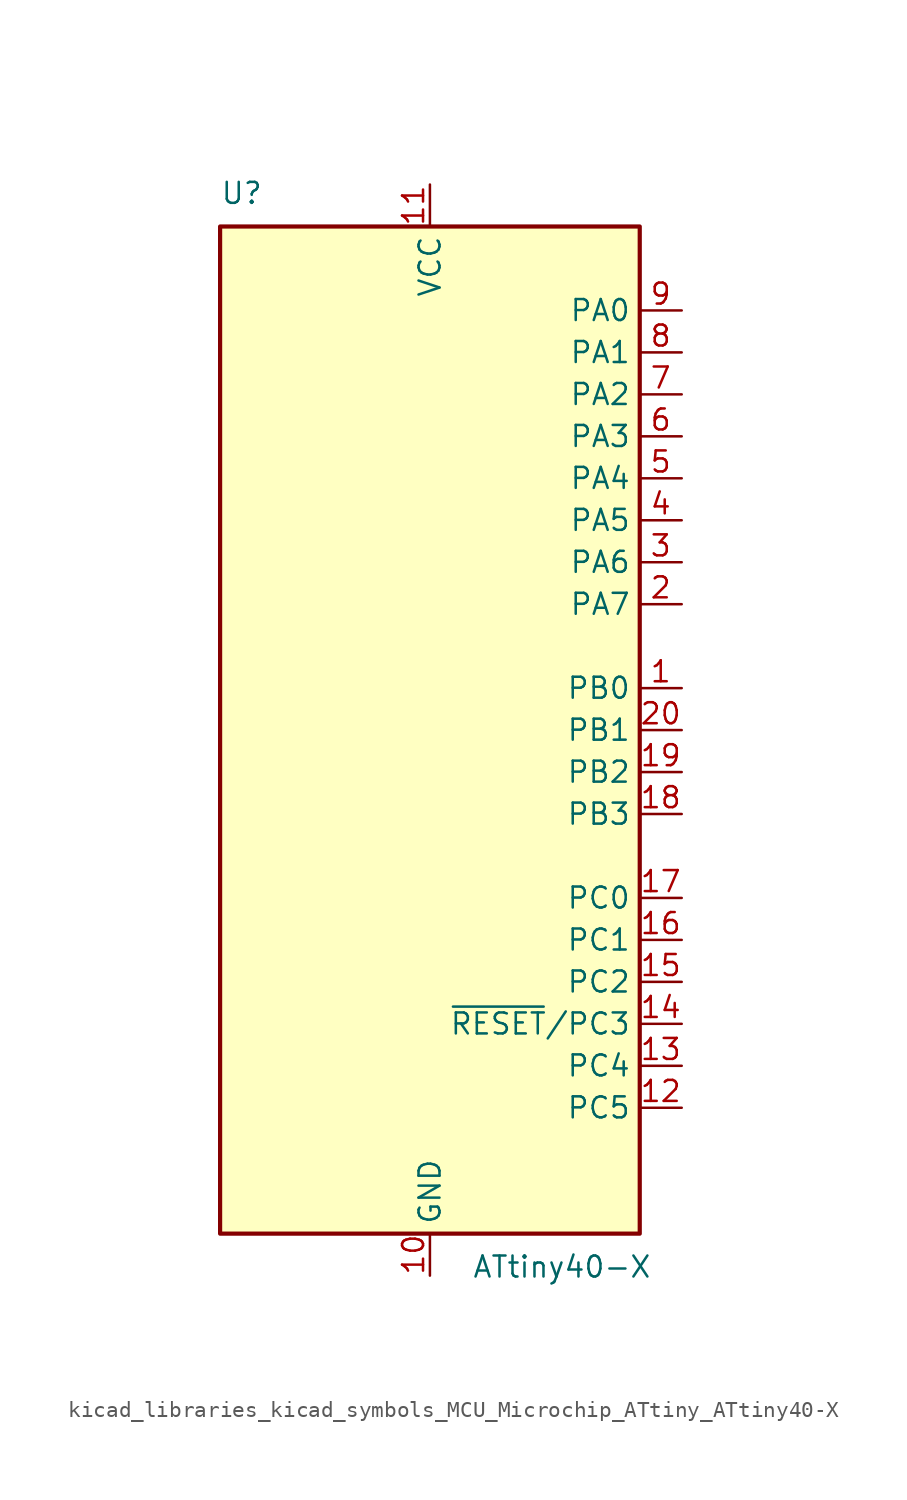
<source format=kicad_sym>
(kicad_symbol_lib
  (version 20220914)
  (generator kicad_symbol_editor)
  (symbol "kicad_libraries_kicad_symbols_MCU_Microchip_ATtiny_ATtiny40-X"
    (property "Reference" "U"
      (at -12.7 31.75 0)
      (effects (font (size 1.27 1.27)) (justify left bottom)))
    (property "Value" "ATtiny40-X"
      (at 2.54 -31.75 0)
      (effects (font (size 1.27 1.27)) (justify left top)))
    (symbol "kicad_libraries_kicad_symbols_MCU_Microchip_ATtiny_ATtiny40-X_0_1"
      (rectangle (start -12.7 -30.48) (end 12.7 30.48) (stroke (width 0.254) (type default)) (fill (type background))))
    (symbol "kicad_libraries_kicad_symbols_MCU_Microchip_ATtiny_ATtiny40-X_1_1"
      (pin bidirectional line (at 15.24 2.54 180) (length 2.54) (name "PB0" (effects (font (size 1.27 1.27)))) (number "1" (effects (font (size 1.27 1.27)))))
      (pin power_in line (at 0 -33.02 90) (length 2.54) (name "GND" (effects (font (size 1.27 1.27)))) (number "10" (effects (font (size 1.27 1.27)))))
      (pin power_in line (at 0 33.02 270) (length 2.54) (name "VCC" (effects (font (size 1.27 1.27)))) (number "11" (effects (font (size 1.27 1.27)))))
      (pin bidirectional line (at 15.24 -22.86 180) (length 2.54) (name "PC5" (effects (font (size 1.27 1.27)))) (number "12" (effects (font (size 1.27 1.27)))))
      (pin bidirectional line (at 15.24 -20.32 180) (length 2.54) (name "PC4" (effects (font (size 1.27 1.27)))) (number "13" (effects (font (size 1.27 1.27)))))
      (pin bidirectional line (at 15.24 -17.78 180) (length 2.54) (name "~{RESET}/PC3" (effects (font (size 1.27 1.27)))) (number "14" (effects (font (size 1.27 1.27)))))
      (pin bidirectional line (at 15.24 -15.24 180) (length 2.54) (name "PC2" (effects (font (size 1.27 1.27)))) (number "15" (effects (font (size 1.27 1.27)))))
      (pin bidirectional line (at 15.24 -12.7 180) (length 2.54) (name "PC1" (effects (font (size 1.27 1.27)))) (number "16" (effects (font (size 1.27 1.27)))))
      (pin bidirectional line (at 15.24 -10.16 180) (length 2.54) (name "PC0" (effects (font (size 1.27 1.27)))) (number "17" (effects (font (size 1.27 1.27)))))
      (pin bidirectional line (at 15.24 -5.08 180) (length 2.54) (name "PB3" (effects (font (size 1.27 1.27)))) (number "18" (effects (font (size 1.27 1.27)))))
      (pin bidirectional line (at 15.24 -2.54 180) (length 2.54) (name "PB2" (effects (font (size 1.27 1.27)))) (number "19" (effects (font (size 1.27 1.27)))))
      (pin bidirectional line (at 15.24 7.62 180) (length 2.54) (name "PA7" (effects (font (size 1.27 1.27)))) (number "2" (effects (font (size 1.27 1.27)))))
      (pin bidirectional line (at 15.24 0 180) (length 2.54) (name "PB1" (effects (font (size 1.27 1.27)))) (number "20" (effects (font (size 1.27 1.27)))))
      (pin bidirectional line (at 15.24 10.16 180) (length 2.54) (name "PA6" (effects (font (size 1.27 1.27)))) (number "3" (effects (font (size 1.27 1.27)))))
      (pin bidirectional line (at 15.24 12.7 180) (length 2.54) (name "PA5" (effects (font (size 1.27 1.27)))) (number "4" (effects (font (size 1.27 1.27)))))
      (pin bidirectional line (at 15.24 15.24 180) (length 2.54) (name "PA4" (effects (font (size 1.27 1.27)))) (number "5" (effects (font (size 1.27 1.27)))))
      (pin bidirectional line (at 15.24 17.78 180) (length 2.54) (name "PA3" (effects (font (size 1.27 1.27)))) (number "6" (effects (font (size 1.27 1.27)))))
      (pin bidirectional line (at 15.24 20.32 180) (length 2.54) (name "PA2" (effects (font (size 1.27 1.27)))) (number "7" (effects (font (size 1.27 1.27)))))
      (pin bidirectional line (at 15.24 22.86 180) (length 2.54) (name "PA1" (effects (font (size 1.27 1.27)))) (number "8" (effects (font (size 1.27 1.27)))))
      (pin bidirectional line (at 15.24 25.4 180) (length 2.54) (name "PA0" (effects (font (size 1.27 1.27)))) (number "9" (effects (font (size 1.27 1.27))))))))
</source>
